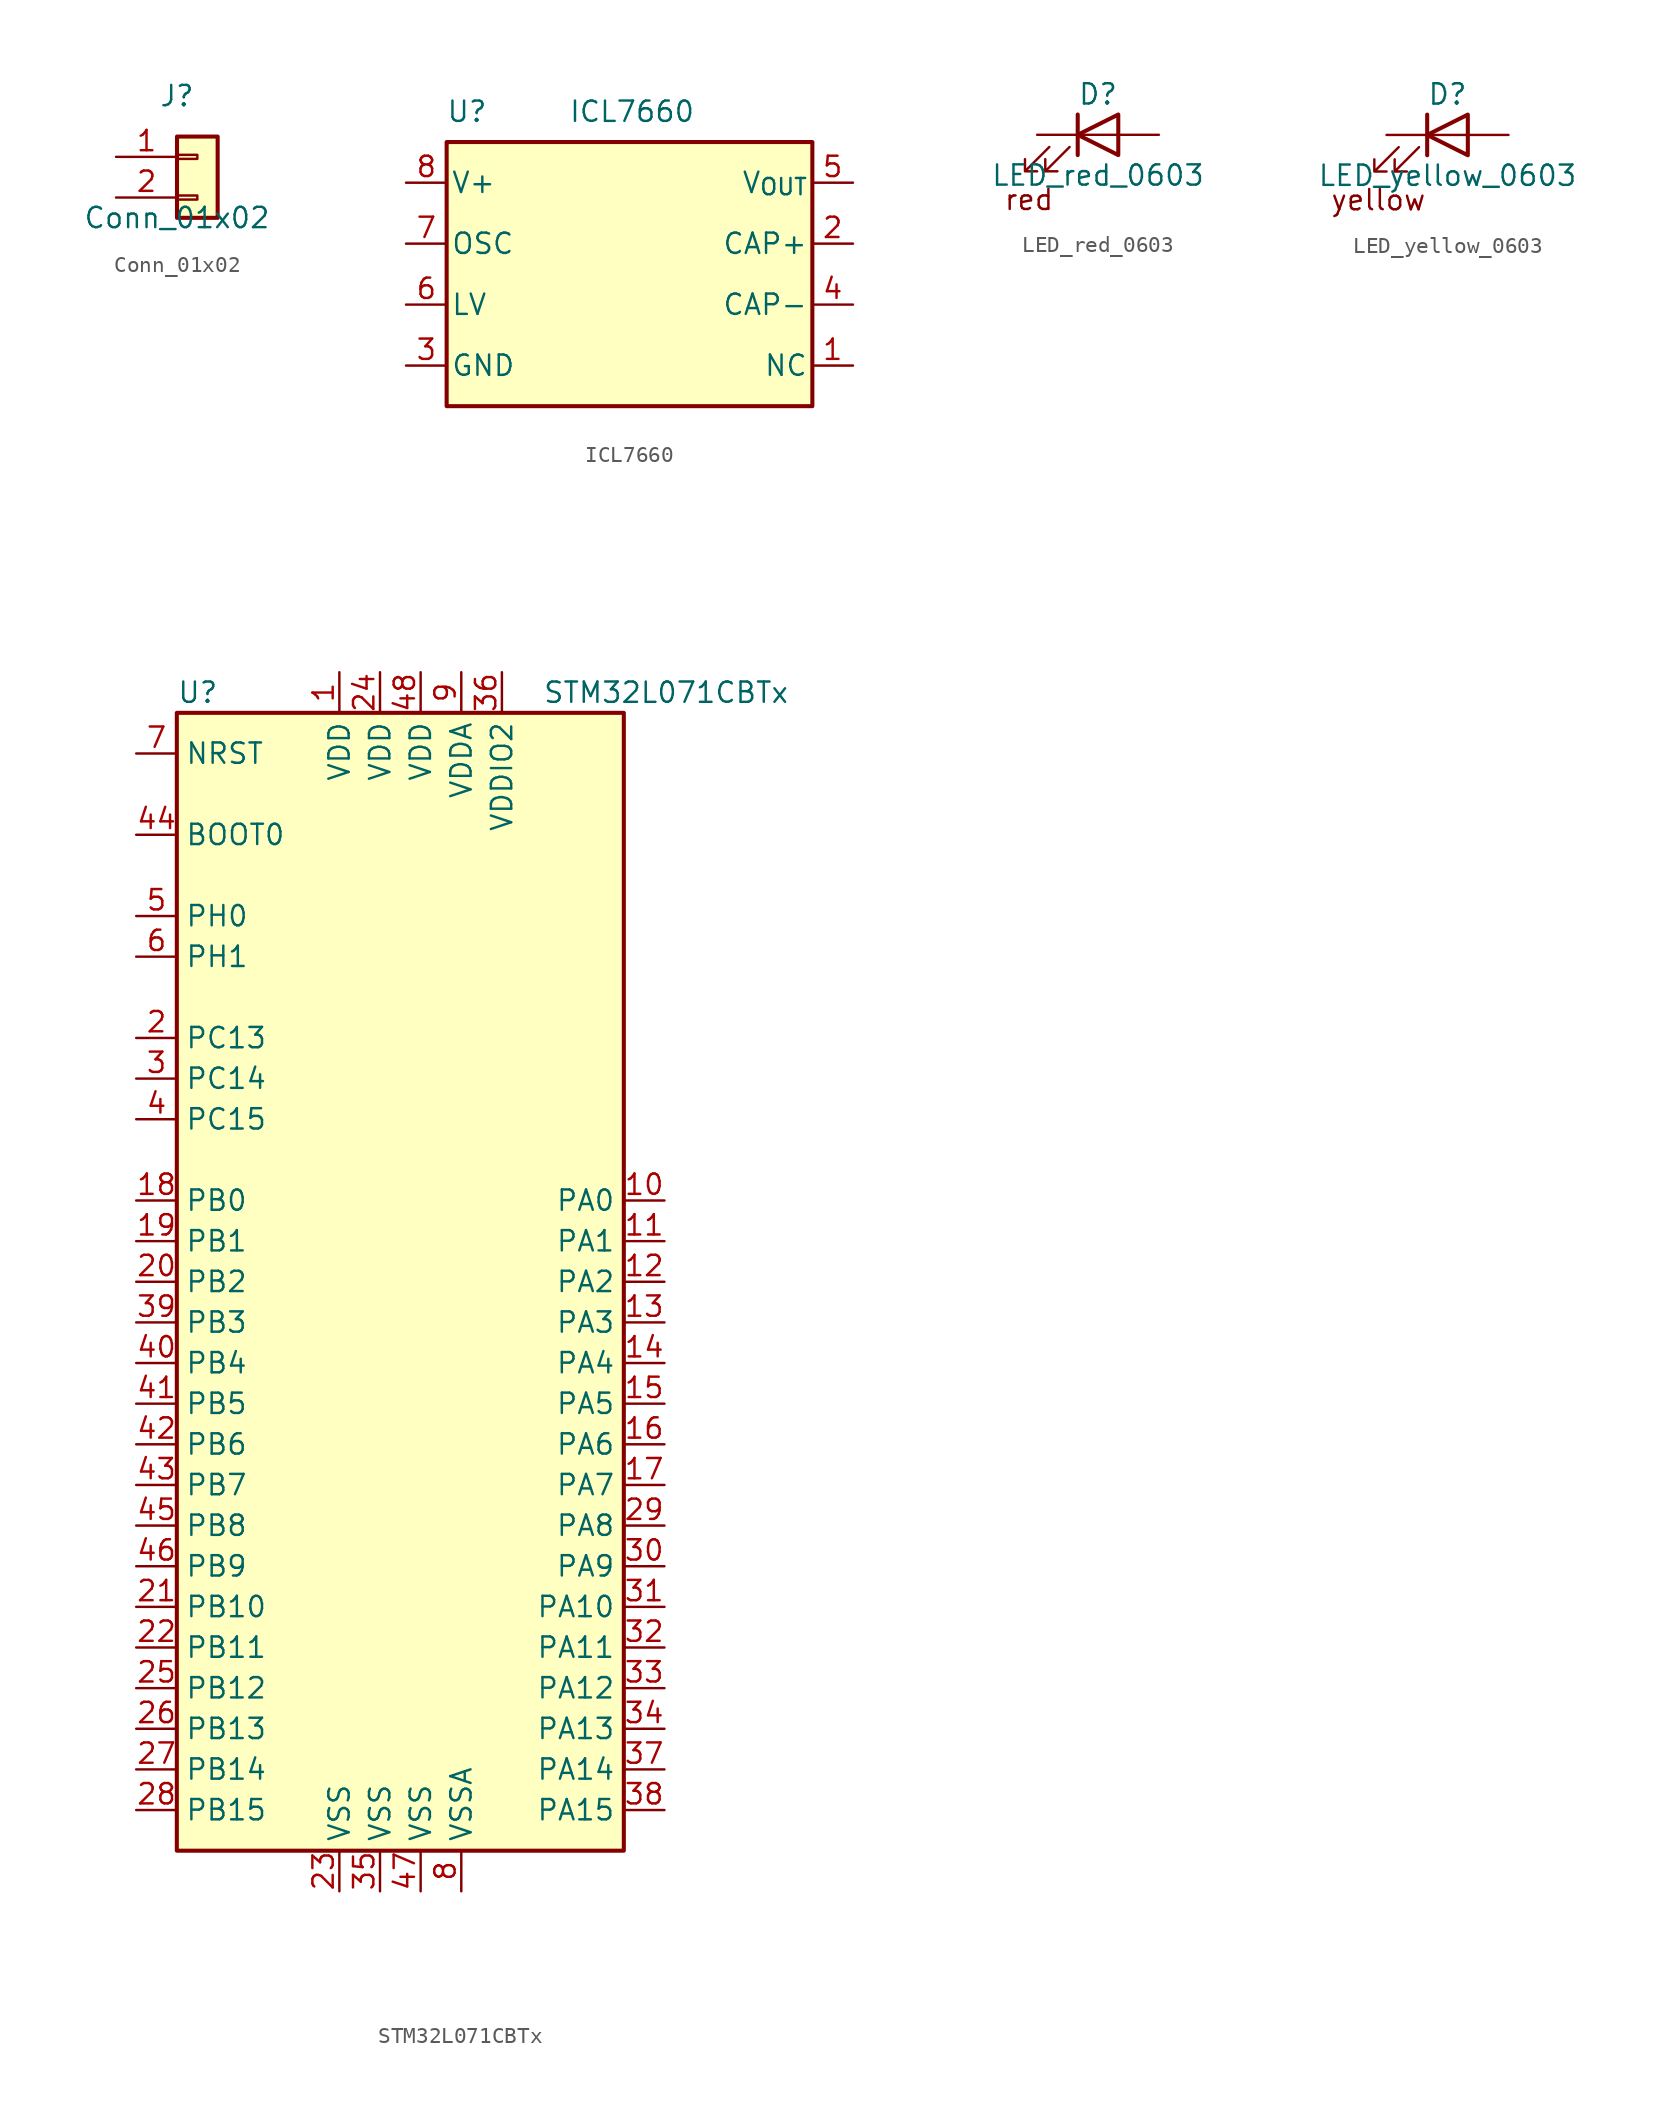
<source format=kicad_sym>
(kicad_symbol_lib
  (version 20220914)
  (generator kicad_symbol_editor)
  (symbol "Conn_01x02"
    (pin_names
      (offset 1.016) hide)
    (property "Reference" "J"
      (at 0 2.54 0)
      (effects (font (size 1.27 1.27))))
    (property "Value" "Conn_01x02"
      (at 0 -5.08 0)
      (effects (font (size 1.27 1.27))))
    (symbol "Conn_01x02_1_1"
      (rectangle (start 0 -3.683) (end 1.27 -3.937) (stroke (width 0.152) (type default)) (fill (type none)))
      (rectangle (start 0 -1.143) (end 1.27 -1.397) (stroke (width 0.152) (type default)) (fill (type none)))
      (rectangle (start 0 0) (end 2.54 -5.08) (stroke (width 0.254) (type default)) (fill (type background)))
      (pin passive line (at -3.81 -1.27 0) (length 3.81) (name "Pin_1" (effects (font (size 1.27 1.27)))) (number "1" (effects (font (size 1.27 1.27)))))
      (pin passive line (at -3.81 -3.81 0) (length 3.81) (name "Pin_2" (effects (font (size 1.27 1.27)))) (number "2" (effects (font (size 1.27 1.27)))))))
  (symbol "ICL7660"
    (pin_names
      (offset 0.254))
    (property "Reference" "U"
      (at -6.35 5.715 0)
      (effects (font (size 1.27 1.27))))
    (property "Value" "ICL7660"
      (at 0 5.715 0)
      (effects (font (size 1.27 1.27)) (justify left)))
    (symbol "ICL7660_0_1"
      (rectangle (start -7.62 3.81) (end 15.24 -12.7) (stroke (width 0.254) (type default)) (fill (type background))))
    (symbol "ICL7660_1_1"
      (pin bidirectional line (at 17.78 -10.16 180) (length 2.54) (name "NC" (effects (font (size 1.27 1.27)))) (number "1" (effects (font (size 1.27 1.27)))))
      (pin bidirectional line (at 17.78 -2.54 180) (length 2.54) (name "CAP+" (effects (font (size 1.27 1.27)))) (number "2" (effects (font (size 1.27 1.27)))))
      (pin passive line (at -10.16 -10.16 0) (length 2.54) (name "GND" (effects (font (size 1.27 1.27)))) (number "3" (effects (font (size 1.27 1.27)))))
      (pin bidirectional line (at 17.78 -6.35 180) (length 2.54) (name "CAP-" (effects (font (size 1.27 1.27)))) (number "4" (effects (font (size 1.27 1.27)))))
      (pin passive line (at 17.78 1.27 180) (length 2.54) (name "V_{OUT}" (effects (font (size 1.27 1.27)))) (number "5" (effects (font (size 1.27 1.27)))))
      (pin input line (at -10.16 -6.35 0) (length 2.54) (name "LV" (effects (font (size 1.27 1.27)))) (number "6" (effects (font (size 1.27 1.27)))))
      (pin input line (at -10.16 -2.54 0) (length 2.54) (name "OSC" (effects (font (size 1.27 1.27)))) (number "7" (effects (font (size 1.27 1.27)))))
      (pin power_in line (at -10.16 1.27 0) (length 2.54) (name "V+" (effects (font (size 1.27 1.27)))) (number "8" (effects (font (size 1.27 1.27)))))))
  (symbol "LED_red_0603"
    (pin_numbers hide)
    (pin_names
      (offset 1.016) hide)
    (property "Reference" "D"
      (at 0 2.54 0)
      (effects (font (size 1.27 1.27))))
    (property "Value" "LED_red_0603"
      (at 0 -2.54 0)
      (effects (font (size 1.27 1.27))))
    (symbol "LED_red_0603_0_0"
      (text "red" (at -4.318 -4.064 0) (effects (font (size 1.27 1.27)))))
    (symbol "LED_red_0603_0_1"
      (polyline (pts (xy -1.27 -1.27) (xy -1.27 1.27)) (stroke (width 0.254) (type default)) (fill (type none)))
      (polyline (pts (xy -1.27 0) (xy 1.27 0)) (stroke (width 0) (type default)) (fill (type none)))
      (polyline (pts (xy 1.27 -1.27) (xy 1.27 1.27) (xy -1.27 0) (xy 1.27 -1.27)) (stroke (width 0.254) (type default)) (fill (type none)))
      (polyline (pts (xy -3.048 -0.762) (xy -4.572 -2.286) (xy -3.81 -2.286) (xy -4.572 -2.286) (xy -4.572 -1.524)) (stroke (width 0) (type default)) (fill (type none)))
      (polyline (pts (xy -1.778 -0.762) (xy -3.302 -2.286) (xy -2.54 -2.286) (xy -3.302 -2.286) (xy -3.302 -1.524)) (stroke (width 0) (type default)) (fill (type none))))
    (symbol "LED_red_0603_1_1"
      (pin passive line (at -3.81 0 0) (length 2.54) (name "K" (effects (font (size 1.27 1.27)))) (number "1" (effects (font (size 1.27 1.27)))))
      (pin passive line (at 3.81 0 180) (length 2.54) (name "A" (effects (font (size 1.27 1.27)))) (number "2" (effects (font (size 1.27 1.27)))))))
  (symbol "LED_yellow_0603"
    (pin_numbers hide)
    (pin_names
      (offset 1.016) hide)
    (property "Reference" "D"
      (at 0 2.54 0)
      (effects (font (size 1.27 1.27))))
    (property "Value" "LED_yellow_0603"
      (at 0 -2.54 0)
      (effects (font (size 1.27 1.27))))
    (symbol "LED_yellow_0603_0_0"
      (text "yellow" (at -4.318 -4.064 0) (effects (font (size 1.27 1.27)))))
    (symbol "LED_yellow_0603_0_1"
      (polyline (pts (xy -1.27 -1.27) (xy -1.27 1.27)) (stroke (width 0.254) (type default)) (fill (type none)))
      (polyline (pts (xy -1.27 0) (xy 1.27 0)) (stroke (width 0) (type default)) (fill (type none)))
      (polyline (pts (xy 1.27 -1.27) (xy 1.27 1.27) (xy -1.27 0) (xy 1.27 -1.27)) (stroke (width 0.254) (type default)) (fill (type none)))
      (polyline (pts (xy -3.048 -0.762) (xy -4.572 -2.286) (xy -3.81 -2.286) (xy -4.572 -2.286) (xy -4.572 -1.524)) (stroke (width 0) (type default)) (fill (type none)))
      (polyline (pts (xy -1.778 -0.762) (xy -3.302 -2.286) (xy -2.54 -2.286) (xy -3.302 -2.286) (xy -3.302 -1.524)) (stroke (width 0) (type default)) (fill (type none))))
    (symbol "LED_yellow_0603_1_1"
      (pin passive line (at -3.81 0 0) (length 2.54) (name "K" (effects (font (size 1.27 1.27)))) (number "1" (effects (font (size 1.27 1.27)))))
      (pin passive line (at 3.81 0 180) (length 2.54) (name "A" (effects (font (size 1.27 1.27)))) (number "2" (effects (font (size 1.27 1.27)))))))
  (symbol "STM32L071CBTx"
    (property "Reference" "U"
      (at -15.24 36.83 0)
      (effects (font (size 1.27 1.27)) (justify left)))
    (property "Value" "STM32L071CBTx"
      (at 7.62 36.83 0)
      (effects (font (size 1.27 1.27)) (justify left)))
    (symbol "STM32L071CBTx_0_1"
      (rectangle (start -15.24 -35.56) (end 12.7 35.56) (stroke (width 0.254) (type default)) (fill (type background))))
    (symbol "STM32L071CBTx_1_1"
      (pin power_in line (at -5.08 38.1 270) (length 2.54) (name "VDD" (effects (font (size 1.27 1.27)))) (number "1" (effects (font (size 1.27 1.27)))))
      (pin bidirectional line (at 15.24 5.08 180) (length 2.54) (name "PA0" (effects (font (size 1.27 1.27)))) (number "10" (effects (font (size 1.27 1.27)))))
      (pin bidirectional line (at 15.24 2.54 180) (length 2.54) (name "PA1" (effects (font (size 1.27 1.27)))) (number "11" (effects (font (size 1.27 1.27)))))
      (pin bidirectional line (at 15.24 0 180) (length 2.54) (name "PA2" (effects (font (size 1.27 1.27)))) (number "12" (effects (font (size 1.27 1.27)))))
      (pin bidirectional line (at 15.24 -2.54 180) (length 2.54) (name "PA3" (effects (font (size 1.27 1.27)))) (number "13" (effects (font (size 1.27 1.27)))))
      (pin bidirectional line (at 15.24 -5.08 180) (length 2.54) (name "PA4" (effects (font (size 1.27 1.27)))) (number "14" (effects (font (size 1.27 1.27)))))
      (pin bidirectional line (at 15.24 -7.62 180) (length 2.54) (name "PA5" (effects (font (size 1.27 1.27)))) (number "15" (effects (font (size 1.27 1.27)))))
      (pin bidirectional line (at 15.24 -10.16 180) (length 2.54) (name "PA6" (effects (font (size 1.27 1.27)))) (number "16" (effects (font (size 1.27 1.27)))))
      (pin bidirectional line (at 15.24 -12.7 180) (length 2.54) (name "PA7" (effects (font (size 1.27 1.27)))) (number "17" (effects (font (size 1.27 1.27)))))
      (pin bidirectional line (at -17.78 5.08 0) (length 2.54) (name "PB0" (effects (font (size 1.27 1.27)))) (number "18" (effects (font (size 1.27 1.27)))))
      (pin bidirectional line (at -17.78 2.54 0) (length 2.54) (name "PB1" (effects (font (size 1.27 1.27)))) (number "19" (effects (font (size 1.27 1.27)))))
      (pin bidirectional line (at -17.78 15.24 0) (length 2.54) (name "PC13" (effects (font (size 1.27 1.27)))) (number "2" (effects (font (size 1.27 1.27)))))
      (pin bidirectional line (at -17.78 0 0) (length 2.54) (name "PB2" (effects (font (size 1.27 1.27)))) (number "20" (effects (font (size 1.27 1.27)))))
      (pin bidirectional line (at -17.78 -20.32 0) (length 2.54) (name "PB10" (effects (font (size 1.27 1.27)))) (number "21" (effects (font (size 1.27 1.27)))))
      (pin bidirectional line (at -17.78 -22.86 0) (length 2.54) (name "PB11" (effects (font (size 1.27 1.27)))) (number "22" (effects (font (size 1.27 1.27)))))
      (pin power_in line (at -5.08 -38.1 90) (length 2.54) (name "VSS" (effects (font (size 1.27 1.27)))) (number "23" (effects (font (size 1.27 1.27)))))
      (pin power_in line (at -2.54 38.1 270) (length 2.54) (name "VDD" (effects (font (size 1.27 1.27)))) (number "24" (effects (font (size 1.27 1.27)))))
      (pin bidirectional line (at -17.78 -25.4 0) (length 2.54) (name "PB12" (effects (font (size 1.27 1.27)))) (number "25" (effects (font (size 1.27 1.27)))))
      (pin bidirectional line (at -17.78 -27.94 0) (length 2.54) (name "PB13" (effects (font (size 1.27 1.27)))) (number "26" (effects (font (size 1.27 1.27)))))
      (pin bidirectional line (at -17.78 -30.48 0) (length 2.54) (name "PB14" (effects (font (size 1.27 1.27)))) (number "27" (effects (font (size 1.27 1.27)))))
      (pin bidirectional line (at -17.78 -33.02 0) (length 2.54) (name "PB15" (effects (font (size 1.27 1.27)))) (number "28" (effects (font (size 1.27 1.27)))))
      (pin bidirectional line (at 15.24 -15.24 180) (length 2.54) (name "PA8" (effects (font (size 1.27 1.27)))) (number "29" (effects (font (size 1.27 1.27)))))
      (pin bidirectional line (at -17.78 12.7 0) (length 2.54) (name "PC14" (effects (font (size 1.27 1.27)))) (number "3" (effects (font (size 1.27 1.27)))))
      (pin bidirectional line (at 15.24 -17.78 180) (length 2.54) (name "PA9" (effects (font (size 1.27 1.27)))) (number "30" (effects (font (size 1.27 1.27)))))
      (pin bidirectional line (at 15.24 -20.32 180) (length 2.54) (name "PA10" (effects (font (size 1.27 1.27)))) (number "31" (effects (font (size 1.27 1.27)))))
      (pin bidirectional line (at 15.24 -22.86 180) (length 2.54) (name "PA11" (effects (font (size 1.27 1.27)))) (number "32" (effects (font (size 1.27 1.27)))))
      (pin bidirectional line (at 15.24 -25.4 180) (length 2.54) (name "PA12" (effects (font (size 1.27 1.27)))) (number "33" (effects (font (size 1.27 1.27)))))
      (pin bidirectional line (at 15.24 -27.94 180) (length 2.54) (name "PA13" (effects (font (size 1.27 1.27)))) (number "34" (effects (font (size 1.27 1.27)))))
      (pin power_in line (at -2.54 -38.1 90) (length 2.54) (name "VSS" (effects (font (size 1.27 1.27)))) (number "35" (effects (font (size 1.27 1.27)))))
      (pin power_in line (at 5.08 38.1 270) (length 2.54) (name "VDDIO2" (effects (font (size 1.27 1.27)))) (number "36" (effects (font (size 1.27 1.27)))))
      (pin bidirectional line (at 15.24 -30.48 180) (length 2.54) (name "PA14" (effects (font (size 1.27 1.27)))) (number "37" (effects (font (size 1.27 1.27)))))
      (pin bidirectional line (at 15.24 -33.02 180) (length 2.54) (name "PA15" (effects (font (size 1.27 1.27)))) (number "38" (effects (font (size 1.27 1.27)))))
      (pin bidirectional line (at -17.78 -2.54 0) (length 2.54) (name "PB3" (effects (font (size 1.27 1.27)))) (number "39" (effects (font (size 1.27 1.27)))))
      (pin bidirectional line (at -17.78 10.16 0) (length 2.54) (name "PC15" (effects (font (size 1.27 1.27)))) (number "4" (effects (font (size 1.27 1.27)))))
      (pin bidirectional line (at -17.78 -5.08 0) (length 2.54) (name "PB4" (effects (font (size 1.27 1.27)))) (number "40" (effects (font (size 1.27 1.27)))))
      (pin bidirectional line (at -17.78 -7.62 0) (length 2.54) (name "PB5" (effects (font (size 1.27 1.27)))) (number "41" (effects (font (size 1.27 1.27)))))
      (pin bidirectional line (at -17.78 -10.16 0) (length 2.54) (name "PB6" (effects (font (size 1.27 1.27)))) (number "42" (effects (font (size 1.27 1.27)))))
      (pin bidirectional line (at -17.78 -12.7 0) (length 2.54) (name "PB7" (effects (font (size 1.27 1.27)))) (number "43" (effects (font (size 1.27 1.27)))))
      (pin input line (at -17.78 27.94 0) (length 2.54) (name "BOOT0" (effects (font (size 1.27 1.27)))) (number "44" (effects (font (size 1.27 1.27)))))
      (pin bidirectional line (at -17.78 -15.24 0) (length 2.54) (name "PB8" (effects (font (size 1.27 1.27)))) (number "45" (effects (font (size 1.27 1.27)))))
      (pin bidirectional line (at -17.78 -17.78 0) (length 2.54) (name "PB9" (effects (font (size 1.27 1.27)))) (number "46" (effects (font (size 1.27 1.27)))))
      (pin power_in line (at 0 -38.1 90) (length 2.54) (name "VSS" (effects (font (size 1.27 1.27)))) (number "47" (effects (font (size 1.27 1.27)))))
      (pin power_in line (at 0 38.1 270) (length 2.54) (name "VDD" (effects (font (size 1.27 1.27)))) (number "48" (effects (font (size 1.27 1.27)))))
      (pin input line (at -17.78 22.86 0) (length 2.54) (name "PH0" (effects (font (size 1.27 1.27)))) (number "5" (effects (font (size 1.27 1.27)))))
      (pin input line (at -17.78 20.32 0) (length 2.54) (name "PH1" (effects (font (size 1.27 1.27)))) (number "6" (effects (font (size 1.27 1.27)))))
      (pin input line (at -17.78 33.02 0) (length 2.54) (name "NRST" (effects (font (size 1.27 1.27)))) (number "7" (effects (font (size 1.27 1.27)))))
      (pin power_in line (at 2.54 -38.1 90) (length 2.54) (name "VSSA" (effects (font (size 1.27 1.27)))) (number "8" (effects (font (size 1.27 1.27)))))
      (pin power_in line (at 2.54 38.1 270) (length 2.54) (name "VDDA" (effects (font (size 1.27 1.27)))) (number "9" (effects (font (size 1.27 1.27))))))))
</source>
